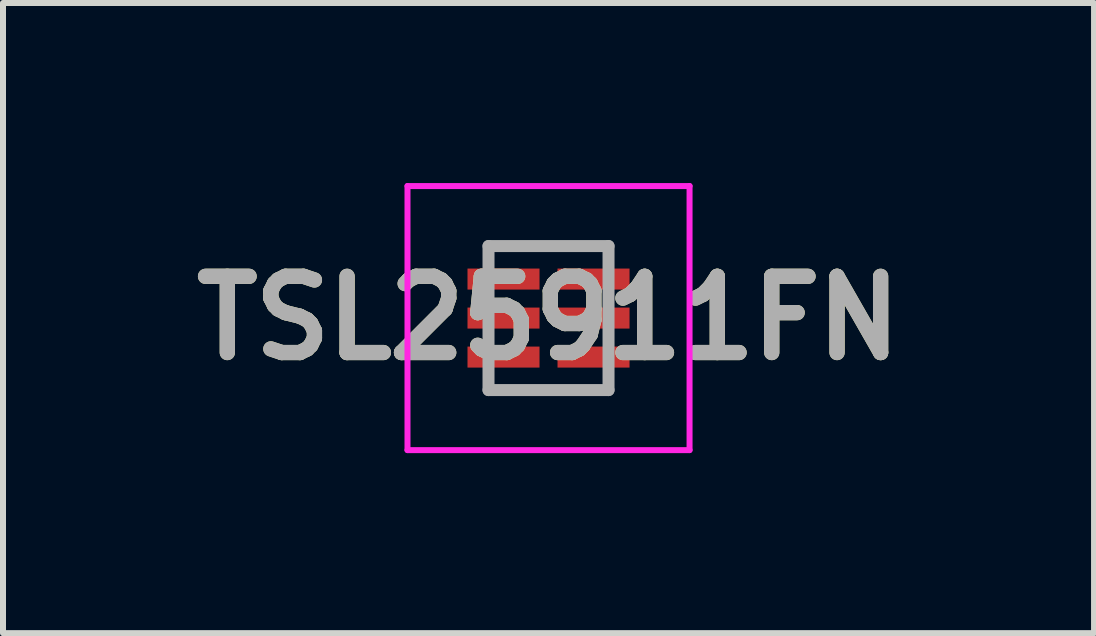
<source format=kicad_pcb>
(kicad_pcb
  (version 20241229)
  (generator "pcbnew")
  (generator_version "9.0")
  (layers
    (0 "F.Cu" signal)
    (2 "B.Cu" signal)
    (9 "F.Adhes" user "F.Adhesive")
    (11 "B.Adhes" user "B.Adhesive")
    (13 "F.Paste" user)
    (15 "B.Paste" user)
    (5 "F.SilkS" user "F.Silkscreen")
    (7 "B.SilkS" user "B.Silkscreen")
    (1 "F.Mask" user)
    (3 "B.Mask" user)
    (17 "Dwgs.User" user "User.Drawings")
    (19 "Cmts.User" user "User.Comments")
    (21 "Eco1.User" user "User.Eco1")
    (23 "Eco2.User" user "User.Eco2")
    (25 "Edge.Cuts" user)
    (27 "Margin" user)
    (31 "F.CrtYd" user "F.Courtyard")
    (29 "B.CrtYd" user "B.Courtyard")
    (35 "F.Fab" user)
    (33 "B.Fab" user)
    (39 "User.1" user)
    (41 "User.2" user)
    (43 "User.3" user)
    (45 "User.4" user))
  (footprint "TSL25911FN"
    (layer "F.Cu")
    (at 6.09 2.25)
    (property "Reference" "TSL25911FN" (at 0 0 0) (layer "F.SilkS") (effects (font (size 1.27 1.27) (thickness 0.254))))
    (attr smd)
    (fp_line (start -1 -1.2) (end 1 -1.2) (stroke (width 0.1) (type solid)) (layer "F.SilkS"))
    (fp_line (start -1 -1) (end -1 -1.2) (stroke (width 0.1) (type solid)) (layer "F.SilkS"))
    (fp_line (start -1 1) (end -1 1.2) (stroke (width 0.1) (type solid)) (layer "F.SilkS"))
    (fp_line (start -1 1.2) (end 1 1.2) (stroke (width 0.1) (type solid)) (layer "F.SilkS"))
    (fp_line (start 1 -1.2) (end 1 -1) (stroke (width 0.1) (type solid)) (layer "F.SilkS"))
    (fp_line (start 1 1.2) (end 1 1) (stroke (width 0.1) (type solid)) (layer "F.SilkS"))
    (fp_line (start -2.35 -2.2) (end 2.35 -2.2) (stroke (width 0.1) (type solid)) (layer "F.CrtYd"))
    (fp_line (start -2.35 2.2) (end -2.35 -2.2) (stroke (width 0.1) (type solid)) (layer "F.CrtYd"))
    (fp_line (start 2.35 -2.2) (end 2.35 2.2) (stroke (width 0.1) (type solid)) (layer "F.CrtYd"))
    (fp_line (start 2.35 2.2) (end -2.35 2.2) (stroke (width 0.1) (type solid)) (layer "F.CrtYd"))
    (fp_line (start -1 -1.2) (end 1 -1.2) (stroke (width 0.2) (type solid)) (layer "F.Fab"))
    (fp_line (start -1 1.2) (end -1 -1.2) (stroke (width 0.2) (type solid)) (layer "F.Fab"))
    (fp_line (start 1 -1.2) (end 1 1.2) (stroke (width 0.2) (type solid)) (layer "F.Fab"))
    (fp_line (start 1 1.2) (end -1 1.2) (stroke (width 0.2) (type solid)) (layer "F.Fab"))
    (fp_text user "${REFERENCE}" (at 0 0 0) (layer "F.Fab") (effects (font (size 1.27 1.27) (thickness 0.254))))
    (pad "1" smd rect (at -0.75 -0.65 90) (size 0.35 1.2) (layers "F.Cu" "F.Mask" "F.Paste"))
    (pad "2" smd rect (at -0.75 0 90) (size 0.35 1.2) (layers "F.Cu" "F.Mask" "F.Paste"))
    (pad "3" smd rect (at -0.75 0.65 90) (size 0.35 1.2) (layers "F.Cu" "F.Mask" "F.Paste"))
    (pad "4" smd rect (at 0.75 0.65 90) (size 0.35 1.2) (layers "F.Cu" "F.Mask" "F.Paste"))
    (pad "5" smd rect (at 0.75 0 90) (size 0.35 1.2) (layers "F.Cu" "F.Mask" "F.Paste"))
    (pad "6" smd rect (at 0.75 -0.65 90) (size 0.35 1.2) (layers "F.Cu" "F.Mask" "F.Paste")))
  (gr_rect
    (start -3 -3)
    (end 15.18 7.5)
    (stroke (width 0.1) (type default))
    (fill no)
    (layer "Edge.Cuts")))
</source>
